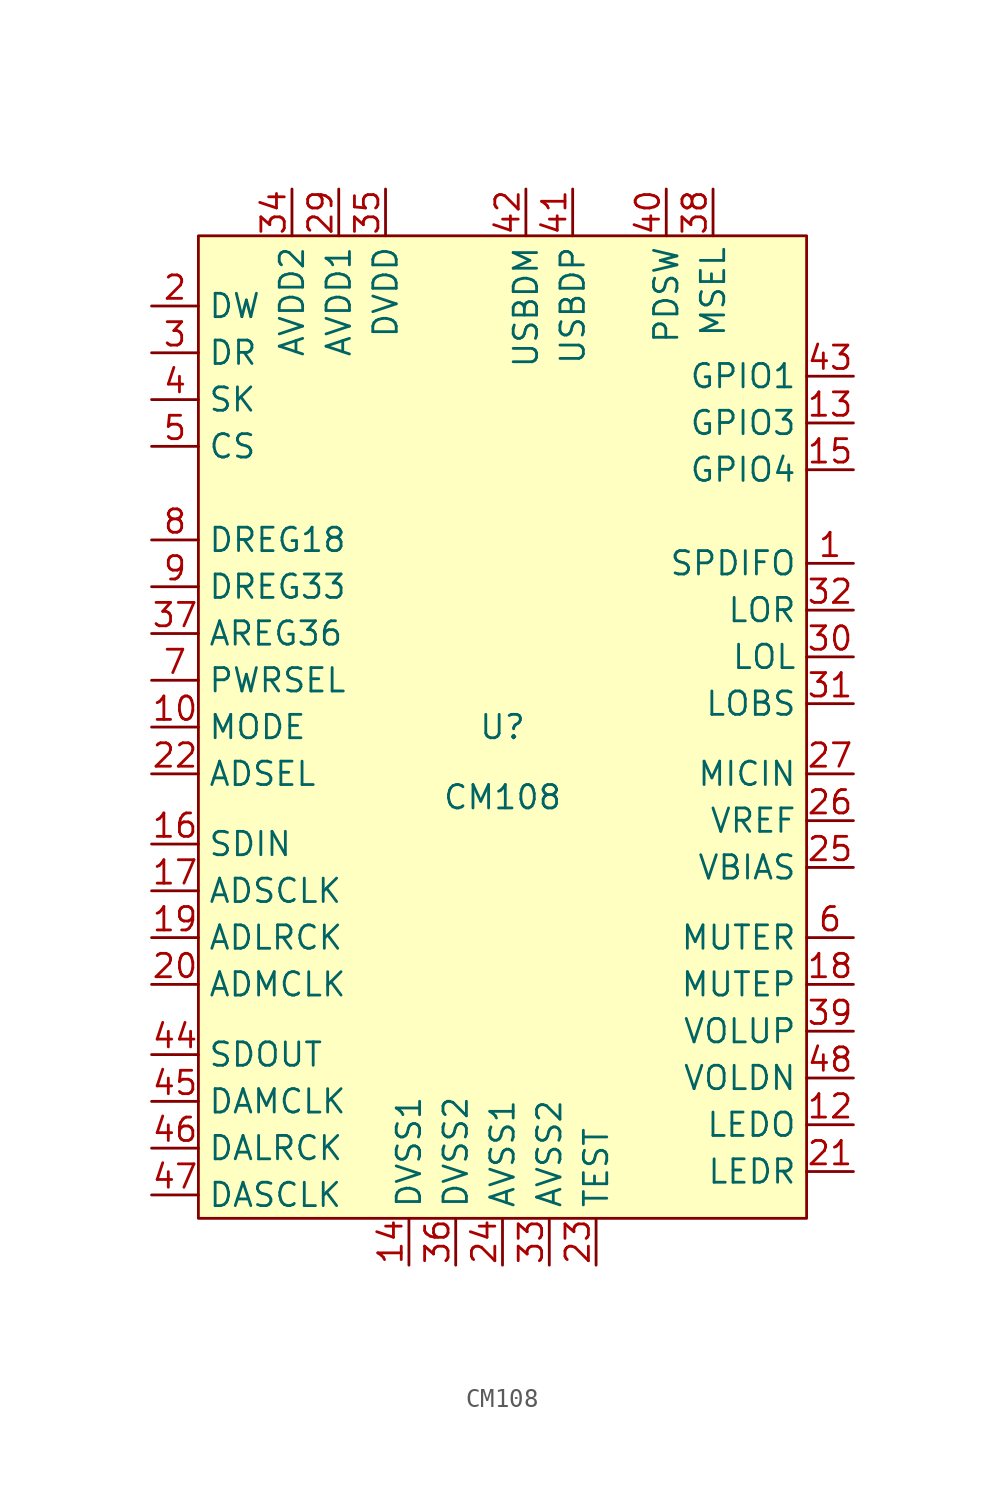
<source format=kicad_sym>
(kicad_symbol_lib
  (version 20240819)
  (generator "kicad_symbol_editor")
  (generator_version "8.99")
  (symbol "CM108"
    (property "Reference" "U"
      (at 0 0 0)
      (effects (font (size 1.27 1.27))))
    (property "Value" "CM108"
      (at 0 -3.81 0)
      (effects (font (size 1.27 1.27))))
    (symbol "CM108_0_0"
      (pin passive line (at -19.05 22.86 0) (length 2.54) (name "DW" (effects (font (size 1.27 1.27)))) (number "2" (effects (font (size 1.27 1.27)))))
      (pin passive line (at -19.05 20.32 0) (length 2.54) (name "DR" (effects (font (size 1.27 1.27)))) (number "3" (effects (font (size 1.27 1.27)))))
      (pin passive line (at -19.05 17.78 0) (length 2.54) (name "SK" (effects (font (size 1.27 1.27)))) (number "4" (effects (font (size 1.27 1.27)))))
      (pin passive line (at -19.05 15.24 0) (length 2.54) (name "CS" (effects (font (size 1.27 1.27)))) (number "5" (effects (font (size 1.27 1.27)))))
      (pin passive line (at -19.05 10.16 0) (length 2.54) (name "DREG18" (effects (font (size 1.27 1.27)))) (number "8" (effects (font (size 1.27 1.27)))))
      (pin passive line (at -19.05 7.62 0) (length 2.54) (name "DREG33" (effects (font (size 1.27 1.27)))) (number "9" (effects (font (size 1.27 1.27)))))
      (pin passive line (at -19.05 5.08 0) (length 2.54) (name "AREG36" (effects (font (size 1.27 1.27)))) (number "37" (effects (font (size 1.27 1.27)))))
      (pin passive line (at -19.05 2.54 0) (length 2.54) (name "PWRSEL" (effects (font (size 1.27 1.27)))) (number "7" (effects (font (size 1.27 1.27)))))
      (pin passive line (at -19.05 0 0) (length 2.54) (name "MODE" (effects (font (size 1.27 1.27)))) (number "10" (effects (font (size 1.27 1.27)))))
      (pin passive line (at -19.05 -2.54 0) (length 2.54) (name "ADSEL" (effects (font (size 1.27 1.27)))) (number "22" (effects (font (size 1.27 1.27)))))
      (pin passive line (at -19.05 -6.35 0) (length 2.54) (name "SDIN" (effects (font (size 1.27 1.27)))) (number "16" (effects (font (size 1.27 1.27)))))
      (pin passive line (at -19.05 -8.89 0) (length 2.54) (name "ADSCLK" (effects (font (size 1.27 1.27)))) (number "17" (effects (font (size 1.27 1.27)))))
      (pin passive line (at -19.05 -11.43 0) (length 2.54) (name "ADLRCK" (effects (font (size 1.27 1.27)))) (number "19" (effects (font (size 1.27 1.27)))))
      (pin passive line (at -19.05 -13.97 0) (length 2.54) (name "ADMCLK" (effects (font (size 1.27 1.27)))) (number "20" (effects (font (size 1.27 1.27)))))
      (pin passive line (at -19.05 -17.78 0) (length 2.54) (name "SDOUT" (effects (font (size 1.27 1.27)))) (number "44" (effects (font (size 1.27 1.27)))))
      (pin passive line (at -19.05 -20.32 0) (length 2.54) (name "DAMCLK" (effects (font (size 1.27 1.27)))) (number "45" (effects (font (size 1.27 1.27)))))
      (pin passive line (at -19.05 -22.86 0) (length 2.54) (name "DALRCK" (effects (font (size 1.27 1.27)))) (number "46" (effects (font (size 1.27 1.27)))))
      (pin passive line (at -19.05 -25.4 0) (length 2.54) (name "DASCLK" (effects (font (size 1.27 1.27)))) (number "47" (effects (font (size 1.27 1.27)))))
      (pin passive line (at -11.43 29.21 270) (length 2.54) (name "AVDD2" (effects (font (size 1.27 1.27)))) (number "34" (effects (font (size 1.27 1.27)))))
      (pin passive line (at -8.89 29.21 270) (length 2.54) (name "AVDD1" (effects (font (size 1.27 1.27)))) (number "29" (effects (font (size 1.27 1.27)))))
      (pin passive line (at -6.35 29.21 270) (length 2.54) (name "DVDD" (effects (font (size 1.27 1.27)))) (number "35" (effects (font (size 1.27 1.27)))))
      (pin passive line (at -5.08 -29.21 90) (length 2.54) (name "DVSS1" (effects (font (size 1.27 1.27)))) (number "14" (effects (font (size 1.27 1.27)))))
      (pin passive line (at -2.54 -29.21 90) (length 2.54) (name "DVSS2" (effects (font (size 1.27 1.27)))) (number "36" (effects (font (size 1.27 1.27)))))
      (pin passive line (at 0 -29.21 90) (length 2.54) (name "AVSS1" (effects (font (size 1.27 1.27)))) (number "24" (effects (font (size 1.27 1.27)))))
      (pin passive line (at 1.27 29.21 270) (length 2.54) (name "USBDM" (effects (font (size 1.27 1.27)))) (number "42" (effects (font (size 1.27 1.27)))))
      (pin passive line (at 2.54 -29.21 90) (length 2.54) (name "AVSS2" (effects (font (size 1.27 1.27)))) (number "33" (effects (font (size 1.27 1.27)))))
      (pin passive line (at 3.81 29.21 270) (length 2.54) (name "USBDP" (effects (font (size 1.27 1.27)))) (number "41" (effects (font (size 1.27 1.27)))))
      (pin passive line (at 5.08 -29.21 90) (length 2.54) (name "TEST" (effects (font (size 1.27 1.27)))) (number "23" (effects (font (size 1.27 1.27)))))
      (pin passive line (at 8.89 29.21 270) (length 2.54) (name "PDSW" (effects (font (size 1.27 1.27)))) (number "40" (effects (font (size 1.27 1.27)))))
      (pin passive line (at 11.43 29.21 270) (length 2.54) (name "MSEL" (effects (font (size 1.27 1.27)))) (number "38" (effects (font (size 1.27 1.27)))))
      (pin passive line (at 19.05 19.05 180) (length 2.54) (name "GPIO1" (effects (font (size 1.27 1.27)))) (number "43" (effects (font (size 1.27 1.27)))))
      (pin passive line (at 19.05 16.51 180) (length 2.54) (name "GPIO3" (effects (font (size 1.27 1.27)))) (number "13" (effects (font (size 1.27 1.27)))))
      (pin passive line (at 19.05 13.97 180) (length 2.54) (name "GPIO4" (effects (font (size 1.27 1.27)))) (number "15" (effects (font (size 1.27 1.27)))))
      (pin passive line (at 19.05 8.89 180) (length 2.54) (name "SPDIFO" (effects (font (size 1.27 1.27)))) (number "1" (effects (font (size 1.27 1.27)))))
      (pin passive line (at 19.05 6.35 180) (length 2.54) (name "LOR" (effects (font (size 1.27 1.27)))) (number "32" (effects (font (size 1.27 1.27)))))
      (pin passive line (at 19.05 3.81 180) (length 2.54) (name "LOL" (effects (font (size 1.27 1.27)))) (number "30" (effects (font (size 1.27 1.27)))))
      (pin passive line (at 19.05 1.27 180) (length 2.54) (name "LOBS" (effects (font (size 1.27 1.27)))) (number "31" (effects (font (size 1.27 1.27)))))
      (pin passive line (at 19.05 -2.54 180) (length 2.54) (name "MICIN" (effects (font (size 1.27 1.27)))) (number "27" (effects (font (size 1.27 1.27)))))
      (pin passive line (at 19.05 -5.08 180) (length 2.54) (name "VREF" (effects (font (size 1.27 1.27)))) (number "26" (effects (font (size 1.27 1.27)))))
      (pin passive line (at 19.05 -7.62 180) (length 2.54) (name "VBIAS" (effects (font (size 1.27 1.27)))) (number "25" (effects (font (size 1.27 1.27)))))
      (pin passive line (at 19.05 -11.43 180) (length 2.54) (name "MUTER" (effects (font (size 1.27 1.27)))) (number "6" (effects (font (size 1.27 1.27)))))
      (pin passive line (at 19.05 -13.97 180) (length 2.54) (name "MUTEP" (effects (font (size 1.27 1.27)))) (number "18" (effects (font (size 1.27 1.27)))))
      (pin passive line (at 19.05 -16.51 180) (length 2.54) (name "VOLUP" (effects (font (size 1.27 1.27)))) (number "39" (effects (font (size 1.27 1.27)))))
      (pin passive line (at 19.05 -19.05 180) (length 2.54) (name "VOLDN" (effects (font (size 1.27 1.27)))) (number "48" (effects (font (size 1.27 1.27)))))
      (pin passive line (at 19.05 -21.59 180) (length 2.54) (name "LEDO" (effects (font (size 1.27 1.27)))) (number "12" (effects (font (size 1.27 1.27)))))
      (pin passive line (at 19.05 -24.13 180) (length 2.54) (name "LEDR" (effects (font (size 1.27 1.27)))) (number "21" (effects (font (size 1.27 1.27))))))
    (symbol "CM108_1_1"
      (rectangle (start -16.51 26.67) (end 16.51 -26.67) (stroke (width 0) (type default)) (fill (type background))))))
</source>
